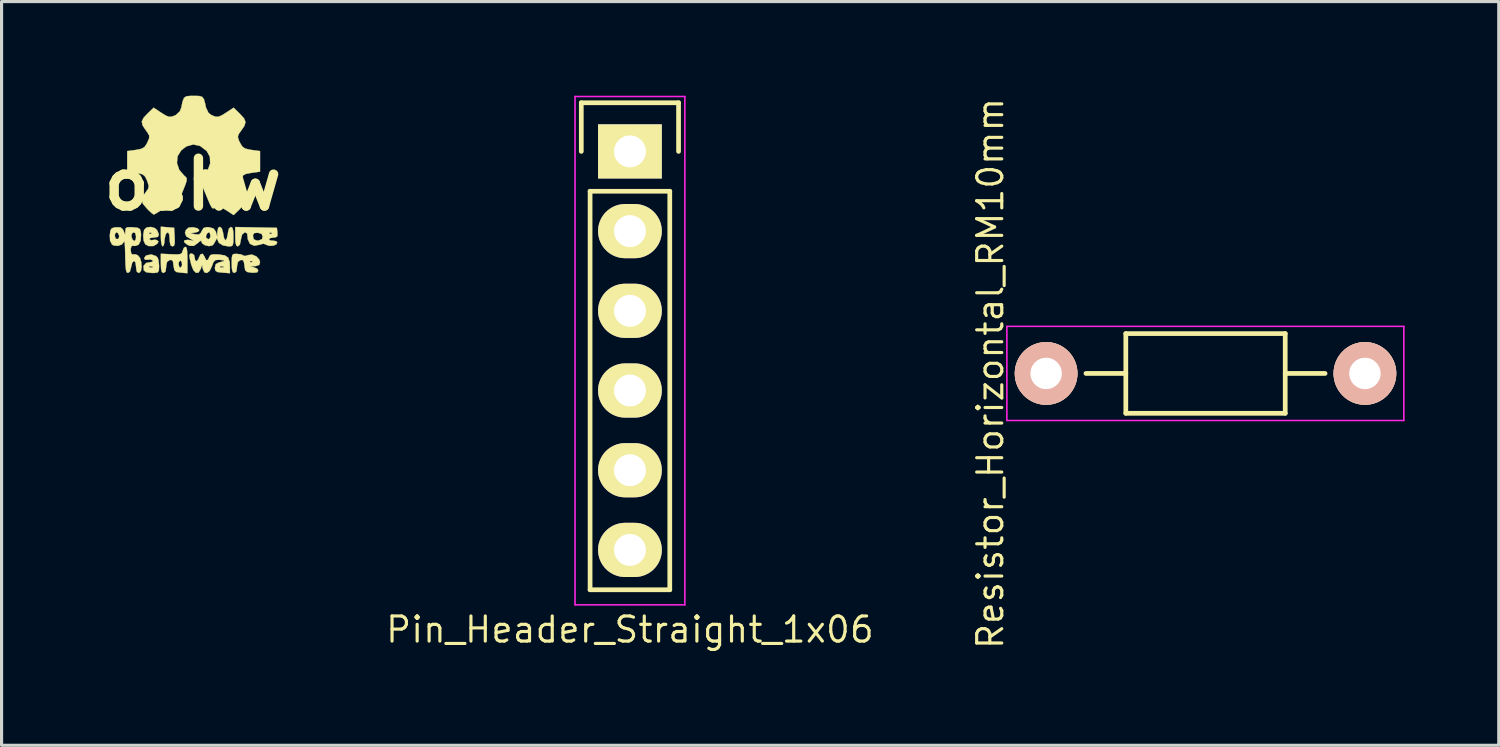
<source format=kicad_pcb>
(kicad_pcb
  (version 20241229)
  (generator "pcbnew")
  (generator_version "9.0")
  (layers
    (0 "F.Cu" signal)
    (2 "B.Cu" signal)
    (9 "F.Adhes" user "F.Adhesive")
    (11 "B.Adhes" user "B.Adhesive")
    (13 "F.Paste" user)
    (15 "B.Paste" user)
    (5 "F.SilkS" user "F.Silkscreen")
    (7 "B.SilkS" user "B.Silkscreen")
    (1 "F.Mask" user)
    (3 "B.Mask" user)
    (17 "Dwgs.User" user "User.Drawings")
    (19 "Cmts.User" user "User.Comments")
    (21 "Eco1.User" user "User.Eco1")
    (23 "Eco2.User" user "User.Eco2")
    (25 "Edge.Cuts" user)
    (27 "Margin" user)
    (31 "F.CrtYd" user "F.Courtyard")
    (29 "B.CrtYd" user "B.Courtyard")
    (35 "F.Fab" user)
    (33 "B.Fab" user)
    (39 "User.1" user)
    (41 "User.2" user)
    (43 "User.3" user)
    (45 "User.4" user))
  (footprint "Resistor_Horizontal_RM10mm"
    (layer "F.Cu")
    (at 35.368 8.851)
    (property "Reference" "Resistor_Horizontal_RM10mm" (at -6.858 0 90) (layer "F.SilkS") (effects (font (size 0.8 0.8) (thickness 0.1))))
    (attr through_hole)
    (fp_line (start -2.54 -1.27) (end 2.54 -1.27) (stroke (width 0.15) (type solid)) (layer "F.SilkS"))
    (fp_line (start -2.54 0) (end -3.81 0) (stroke (width 0.15) (type solid)) (layer "F.SilkS"))
    (fp_line (start -2.54 1.27) (end -2.54 -1.27) (stroke (width 0.15) (type solid)) (layer "F.SilkS"))
    (fp_line (start 2.54 -1.27) (end 2.54 1.27) (stroke (width 0.15) (type solid)) (layer "F.SilkS"))
    (fp_line (start 2.54 0) (end 3.81 0) (stroke (width 0.15) (type solid)) (layer "F.SilkS"))
    (fp_line (start 2.54 1.27) (end -2.54 1.27) (stroke (width 0.15) (type solid)) (layer "F.SilkS"))
    (fp_line (start -6.33 -1.5) (end 6.32 -1.5) (stroke (width 0.05) (type solid)) (layer "F.CrtYd"))
    (fp_line (start -6.33 1.5) (end -6.33 -1.5) (stroke (width 0.05) (type solid)) (layer "F.CrtYd"))
    (fp_line (start -6.33 1.5) (end 6.32 1.5) (stroke (width 0.05) (type solid)) (layer "F.CrtYd"))
    (fp_line (start 6.32 -1.5) (end 6.32 1.5) (stroke (width 0.05) (type solid)) (layer "F.CrtYd"))
    (pad "1" thru_hole circle (at -5.08 0) (size 1.999 1.999) (drill 1.001) (layers "*.Cu" "*.SilkS" "*.Mask"))
    (pad "2" thru_hole circle (at 5.08 0) (size 1.999 1.999) (drill 1.001) (layers "*.Cu" "*.SilkS" "*.Mask")))
  (footprint "Pin_Header_Straight_1x06"
    (layer "F.Cu")
    (at 17.025 1.775)
    (property "Reference" "Pin_Header_Straight_1x06" (at 0 15.24 0) (layer "F.SilkS") (effects (font (size 0.8 0.8) (thickness 0.1))))
    (attr through_hole)
    (fp_line (start -1.55 -1.55) (end 1.55 -1.55) (stroke (width 0.15) (type solid)) (layer "F.SilkS"))
    (fp_line (start -1.55 0) (end -1.55 -1.55) (stroke (width 0.15) (type solid)) (layer "F.SilkS"))
    (fp_line (start -1.27 13.97) (end -1.27 1.27) (stroke (width 0.15) (type solid)) (layer "F.SilkS"))
    (fp_line (start 1.27 1.27) (end -1.27 1.27) (stroke (width 0.15) (type solid)) (layer "F.SilkS"))
    (fp_line (start 1.27 1.27) (end 1.27 13.97) (stroke (width 0.15) (type solid)) (layer "F.SilkS"))
    (fp_line (start 1.27 13.97) (end -1.27 13.97) (stroke (width 0.15) (type solid)) (layer "F.SilkS"))
    (fp_line (start 1.55 -1.55) (end 1.55 0) (stroke (width 0.15) (type solid)) (layer "F.SilkS"))
    (fp_line (start -1.75 -1.75) (end -1.75 14.45) (stroke (width 0.05) (type solid)) (layer "F.CrtYd"))
    (fp_line (start -1.75 -1.75) (end 1.75 -1.75) (stroke (width 0.05) (type solid)) (layer "F.CrtYd"))
    (fp_line (start -1.75 14.45) (end 1.75 14.45) (stroke (width 0.05) (type solid)) (layer "F.CrtYd"))
    (fp_line (start 1.75 -1.75) (end 1.75 14.45) (stroke (width 0.05) (type solid)) (layer "F.CrtYd"))
    (pad "1" thru_hole rect (at 0 0) (size 2.032 1.727) (drill 1.016) (layers "*.Cu" "*.Mask" "F.SilkS"))
    (pad "2" thru_hole oval (at 0 2.54) (size 2.032 1.727) (drill 1.016) (layers "*.Cu" "*.Mask" "F.SilkS"))
    (pad "3" thru_hole oval (at 0 5.08) (size 2.032 1.727) (drill 1.016) (layers "*.Cu" "*.Mask" "F.SilkS"))
    (pad "4" thru_hole oval (at 0 7.62) (size 2.032 1.727) (drill 1.016) (layers "*.Cu" "*.Mask" "F.SilkS"))
    (pad "5" thru_hole oval (at 0 10.16) (size 2.032 1.727) (drill 1.016) (layers "*.Cu" "*.Mask" "F.SilkS"))
    (pad "6" thru_hole oval (at 0 12.7) (size 2.032 1.727) (drill 1.016) (layers "*.Cu" "*.Mask" "F.SilkS")))
  (footprint "oshw"
    (layer "F.Cu")
    (at 3.092 2.827)
    (property "Reference" "oshw" (at 0 0 0) (layer "F.SilkS") (effects (font (size 1.524 1.524) (thickness 0.3))))
    (attr through_hole)
    (fp_poly (pts (xy -0.804 1.365) (xy -0.593 1.383) (xy -0.576 1.679) (xy -0.572 1.857) (xy -0.591 1.948) (xy -0.64 1.975) (xy -0.646 1.976) (xy -0.706 1.942) (xy -0.732 1.826) (xy -0.734 1.75) (xy -0.749 1.596) (xy -0.788 1.527) (xy -0.839 1.554) (xy -0.869 1.613) (xy -0.896 1.741) (xy -0.903 1.839) (xy -0.923 1.943) (xy -0.96 1.976) (xy -0.99 1.924) (xy -1.011 1.793) (xy -1.016 1.662) (xy -1.016 1.348) (xy -0.804 1.365)) (stroke (width 0.01) (type solid)) (fill yes) (layer "F.SilkS"))
    (fp_poly (pts (xy -1.172 2.283) (xy -1.116 2.338) (xy -1.088 2.431) (xy -1.074 2.582) (xy -1.073 2.611) (xy -1.079 2.746) (xy -1.118 2.806) (xy -1.223 2.822) (xy -1.3 2.822) (xy -1.481 2.8) (xy -1.56 2.738) (xy -1.567 2.619) (xy -1.396 2.619) (xy -1.379 2.644) (xy -1.322 2.648) (xy -1.262 2.635) (xy -1.288 2.614) (xy -1.376 2.608) (xy -1.396 2.619) (xy -1.567 2.619) (xy -1.568 2.596) (xy -1.485 2.504) (xy -1.381 2.484) (xy -1.282 2.465) (xy -1.271 2.425) (xy -1.348 2.391) (xy -1.411 2.399) (xy -1.518 2.401) (xy -1.55 2.347) (xy -1.493 2.273) (xy -1.473 2.261) (xy -1.319 2.232) (xy -1.172 2.283)) (stroke (width 0.01) (type solid)) (fill yes) (layer "F.SilkS"))
    (fp_poly (pts (xy -1.208 1.391) (xy -1.131 1.464) (xy -1.078 1.601) (xy -1.111 1.672) (xy -1.238 1.693) (xy -1.245 1.693) (xy -1.359 1.709) (xy -1.383 1.749) (xy -1.382 1.751) (xy -1.313 1.782) (xy -1.292 1.774) (xy -1.196 1.762) (xy -1.148 1.774) (xy -1.091 1.817) (xy -1.129 1.892) (xy -1.253 1.963) (xy -1.405 1.965) (xy -1.513 1.908) (xy -1.565 1.793) (xy -1.579 1.625) (xy -1.565 1.543) (xy -1.392 1.543) (xy -1.385 1.576) (xy -1.355 1.58) (xy -1.308 1.56) (xy -1.317 1.543) (xy -1.384 1.536) (xy -1.392 1.543) (xy -1.565 1.543) (xy -1.551 1.458) (xy -1.546 1.444) (xy -1.467 1.372) (xy -1.339 1.355) (xy -1.208 1.391)) (stroke (width 0.01) (type solid)) (fill yes) (layer "F.SilkS"))
    (fp_poly (pts (xy -0.202 2.009) (xy -0.18 2.107) (xy -0.17 2.297) (xy -0.169 2.398) (xy -0.169 2.829) (xy -0.381 2.812) (xy -0.521 2.791) (xy -0.584 2.736) (xy -0.608 2.613) (xy -0.61 2.588) (xy -0.617 2.54) (xy -0.452 2.54) (xy -0.428 2.632) (xy -0.395 2.653) (xy -0.349 2.606) (xy -0.339 2.54) (xy -0.362 2.448) (xy -0.395 2.427) (xy -0.441 2.474) (xy -0.452 2.54) (xy -0.617 2.54) (xy -0.631 2.454) (xy -0.676 2.406) (xy -0.737 2.412) (xy -0.818 2.468) (xy -0.846 2.597) (xy -0.847 2.631) (xy -0.866 2.775) (xy -0.928 2.822) (xy -0.931 2.822) (xy -0.983 2.794) (xy -1.009 2.695) (xy -1.016 2.516) (xy -1.016 2.21) (xy -0.68 2.226) (xy -0.491 2.231) (xy -0.388 2.217) (xy -0.341 2.178) (xy -0.327 2.127) (xy -0.283 2.023) (xy -0.24 1.989) (xy -0.202 2.009)) (stroke (width 0.01) (type solid)) (fill yes) (layer "F.SilkS"))
    (fp_poly (pts (xy 1.413 2.214) (xy 1.544 2.231) (xy 1.614 2.267) (xy 1.68 2.281) (xy 1.757 2.254) (xy 1.893 2.237) (xy 2.031 2.296) (xy 2.126 2.405) (xy 2.145 2.485) (xy 2.118 2.566) (xy 2.017 2.601) (xy 1.961 2.605) (xy 1.846 2.612) (xy 1.839 2.621) (xy 1.933 2.637) (xy 2.05 2.682) (xy 2.088 2.745) (xy 2.057 2.801) (xy 1.947 2.815) (xy 1.877 2.812) (xy 1.737 2.791) (xy 1.673 2.736) (xy 1.65 2.613) (xy 1.648 2.588) (xy 1.627 2.454) (xy 1.62 2.446) (xy 1.825 2.446) (xy 1.833 2.479) (xy 1.863 2.484) (xy 1.909 2.463) (xy 1.9 2.446) (xy 1.833 2.439) (xy 1.825 2.446) (xy 1.62 2.446) (xy 1.582 2.406) (xy 1.521 2.412) (xy 1.44 2.468) (xy 1.412 2.597) (xy 1.411 2.631) (xy 1.391 2.775) (xy 1.329 2.822) (xy 1.326 2.822) (xy 1.275 2.794) (xy 1.249 2.695) (xy 1.242 2.516) (xy 1.245 2.34) (xy 1.263 2.249) (xy 1.314 2.216) (xy 1.411 2.214) (xy 1.413 2.214)) (stroke (width 0.01) (type solid)) (fill yes) (layer "F.SilkS"))
    (fp_poly (pts (xy 2.018 1.371) (xy 2.681 1.383) (xy 2.699 1.538) (xy 2.697 1.651) (xy 2.634 1.69) (xy 2.572 1.693) (xy 2.464 1.712) (xy 2.427 1.749) (xy 2.474 1.788) (xy 2.548 1.791) (xy 2.654 1.808) (xy 2.693 1.846) (xy 2.669 1.908) (xy 2.575 1.949) (xy 2.456 1.959) (xy 2.356 1.93) (xy 2.348 1.924) (xy 2.252 1.888) (xy 2.13 1.923) (xy 1.957 1.955) (xy 1.824 1.893) (xy 1.755 1.749) (xy 1.75 1.687) (xy 1.743 1.63) (xy 1.919 1.63) (xy 1.942 1.745) (xy 2.029 1.786) (xy 2.106 1.786) (xy 2.208 1.742) (xy 2.23 1.665) (xy 2.195 1.575) (xy 2.084 1.543) (xy 2.446 1.543) (xy 2.454 1.576) (xy 2.484 1.58) (xy 2.53 1.56) (xy 2.521 1.543) (xy 2.454 1.536) (xy 2.446 1.543) (xy 2.084 1.543) (xy 2.077 1.541) (xy 2.074 1.54) (xy 1.957 1.551) (xy 1.919 1.619) (xy 1.919 1.63) (xy 1.743 1.63) (xy 1.735 1.566) (xy 1.679 1.531) (xy 1.651 1.534) (xy 1.574 1.595) (xy 1.536 1.747) (xy 1.535 1.764) (xy 1.501 1.922) (xy 1.436 1.976) (xy 1.436 1.976) (xy 1.386 1.944) (xy 1.361 1.836) (xy 1.355 1.667) (xy 1.355 1.358) (xy 2.018 1.371)) (stroke (width 0.01) (type solid)) (fill yes) (layer "F.SilkS"))
    (fp_poly (pts (xy 0.041 2.248) (xy 0.056 2.311) (xy 0.08 2.425) (xy 0.133 2.446) (xy 0.186 2.366) (xy 0.193 2.342) (xy 0.248 2.227) (xy 0.317 2.211) (xy 0.374 2.297) (xy 0.379 2.314) (xy 0.429 2.414) (xy 0.485 2.404) (xy 0.523 2.32) (xy 0.558 2.256) (xy 0.641 2.229) (xy 0.801 2.23) (xy 0.82 2.232) (xy 1.019 2.261) (xy 1.13 2.333) (xy 1.177 2.472) (xy 1.184 2.614) (xy 1.185 2.829) (xy 0.945 2.811) (xy 0.794 2.793) (xy 0.724 2.753) (xy 0.706 2.671) (xy 0.706 2.653) (xy 0.714 2.619) (xy 0.862 2.619) (xy 0.879 2.644) (xy 0.936 2.648) (xy 0.996 2.635) (xy 0.97 2.614) (xy 0.882 2.608) (xy 0.862 2.619) (xy 0.714 2.619) (xy 0.732 2.544) (xy 0.831 2.488) (xy 0.875 2.477) (xy 0.992 2.445) (xy 1 2.423) (xy 0.898 2.408) (xy 0.831 2.403) (xy 0.724 2.412) (xy 0.659 2.477) (xy 0.611 2.608) (xy 0.54 2.756) (xy 0.452 2.823) (xy 0.372 2.803) (xy 0.322 2.695) (xy 0.297 2.568) (xy 0.255 2.695) (xy 0.187 2.808) (xy 0.104 2.818) (xy 0.021 2.733) (xy -0.045 2.567) (xy -0.093 2.372) (xy -0.108 2.262) (xy -0.087 2.213) (xy -0.029 2.201) (xy -0.028 2.201) (xy 0.041 2.248)) (stroke (width 0.01) (type solid)) (fill yes) (layer "F.SilkS"))
    (fp_poly (pts (xy 0.927 1.404) (xy 0.967 1.537) (xy 0.97 1.566) (xy 0.995 1.702) (xy 1.034 1.775) (xy 1.044 1.778) (xy 1.085 1.728) (xy 1.114 1.604) (xy 1.118 1.566) (xy 1.152 1.409) (xy 1.217 1.355) (xy 1.217 1.355) (xy 1.267 1.386) (xy 1.292 1.493) (xy 1.298 1.665) (xy 1.295 1.843) (xy 1.275 1.935) (xy 1.228 1.97) (xy 1.153 1.976) (xy 0.968 1.945) (xy 0.836 1.865) (xy 0.787 1.762) (xy 0.776 1.71) (xy 0.744 1.762) (xy 0.734 1.786) (xy 0.669 1.9) (xy 0.622 1.947) (xy 0.514 1.967) (xy 0.39 1.939) (xy 0.3 1.877) (xy 0.282 1.833) (xy 0.265 1.791) (xy 0.2 1.833) (xy 0.169 1.863) (xy 0.036 1.959) (xy -0.097 1.956) (xy -0.183 1.915) (xy -0.275 1.836) (xy -0.263 1.781) (xy -0.159 1.766) (xy -0.099 1.774) (xy 0.016 1.792) (xy 0.027 1.785) (xy -0.055 1.747) (xy -0.198 1.659) (xy 0.421 1.659) (xy 0.437 1.716) (xy 0.515 1.748) (xy 0.56 1.683) (xy 0.564 1.637) (xy 0.543 1.545) (xy 0.514 1.524) (xy 0.452 1.569) (xy 0.421 1.659) (xy -0.198 1.659) (xy -0.205 1.654) (xy -0.248 1.544) (xy -0.218 1.453) (xy -0.13 1.375) (xy 0.014 1.365) (xy 0.153 1.4) (xy 0.208 1.455) (xy 0.172 1.508) (xy 0.074 1.535) (xy -0.085 1.554) (xy 0.075 1.588) (xy 0.198 1.597) (xy 0.265 1.534) (xy 0.286 1.485) (xy 0.346 1.389) (xy 0.449 1.361) (xy 0.52 1.365) (xy 0.662 1.404) (xy 0.733 1.5) (xy 0.74 1.524) (xy 0.779 1.665) (xy 0.785 1.51) (xy 0.812 1.383) (xy 0.868 1.35) (xy 0.927 1.404)) (stroke (width 0.01) (type solid)) (fill yes) (layer "F.SilkS"))
    (fp_poly (pts (xy -1.905 1.366) (xy -1.754 1.383) (xy -1.682 1.425) (xy -1.654 1.523) (xy -1.647 1.598) (xy -1.66 1.796) (xy -1.727 1.923) (xy -1.839 1.962) (xy -1.873 1.957) (xy -1.947 1.96) (xy -1.974 2.039) (xy -1.976 2.097) (xy -1.96 2.205) (xy -1.922 2.231) (xy -1.92 2.23) (xy -1.832 2.227) (xy -1.751 2.257) (xy -1.681 2.34) (xy -1.64 2.476) (xy -1.628 2.626) (xy -1.649 2.753) (xy -1.704 2.819) (xy -1.722 2.822) (xy -1.783 2.78) (xy -1.806 2.646) (xy -1.806 2.62) (xy -1.827 2.48) (xy -1.875 2.439) (xy -1.928 2.492) (xy -1.964 2.638) (xy -1.965 2.643) (xy -2.002 2.777) (xy -2.064 2.822) (xy -2.103 2.8) (xy -2.128 2.72) (xy -2.143 2.567) (xy -2.151 2.321) (xy -2.151 2.272) (xy -2.157 2.051) (xy -2.165 1.893) (xy -2.176 1.816) (xy -2.184 1.82) (xy -2.258 1.914) (xy -2.389 1.959) (xy -2.525 1.944) (xy -2.572 1.916) (xy -2.635 1.794) (xy -2.641 1.637) (xy -2.484 1.637) (xy -2.455 1.735) (xy -2.387 1.74) (xy -2.356 1.716) (xy -2.347 1.666) (xy -1.954 1.666) (xy -1.916 1.763) (xy -1.857 1.806) (xy -1.819 1.758) (xy -1.806 1.665) (xy -1.831 1.553) (xy -1.889 1.525) (xy -1.944 1.575) (xy -1.954 1.666) (xy -2.347 1.666) (xy -2.343 1.64) (xy -2.382 1.554) (xy -2.433 1.524) (xy -2.474 1.571) (xy -2.484 1.637) (xy -2.641 1.637) (xy -2.642 1.614) (xy -2.623 1.465) (xy -2.577 1.396) (xy -2.477 1.369) (xy -2.441 1.365) (xy -2.302 1.369) (xy -2.227 1.432) (xy -2.204 1.478) (xy -2.152 1.609) (xy -2.148 1.478) (xy -2.135 1.397) (xy -2.078 1.364) (xy -1.948 1.363) (xy -1.905 1.366)) (stroke (width 0.01) (type solid)) (fill yes) (layer "F.SilkS"))
    (fp_poly (pts (xy 0.198 -2.819) (xy 0.298 -2.793) (xy 0.356 -2.719) (xy 0.397 -2.573) (xy 0.422 -2.449) (xy 0.503 -2.28) (xy 0.598 -2.209) (xy 0.722 -2.16) (xy 0.819 -2.156) (xy 0.931 -2.204) (xy 1.076 -2.295) (xy 1.303 -2.445) (xy 1.498 -2.256) (xy 1.634 -2.107) (xy 1.682 -1.989) (xy 1.647 -1.865) (xy 1.55 -1.724) (xy 1.462 -1.6) (xy 1.438 -1.511) (xy 1.47 -1.405) (xy 1.502 -1.337) (xy 1.575 -1.212) (xy 1.665 -1.145) (xy 1.815 -1.108) (xy 1.871 -1.099) (xy 2.145 -1.062) (xy 2.145 -0.406) (xy 1.87 -0.368) (xy 1.699 -0.337) (xy 1.602 -0.285) (xy 1.539 -0.186) (xy 1.511 -0.119) (xy 1.463 0.024) (xy 1.468 0.12) (xy 1.534 0.224) (xy 1.56 0.258) (xy 1.662 0.413) (xy 1.679 0.54) (xy 1.607 0.672) (xy 1.498 0.788) (xy 1.303 0.977) (xy 1.074 0.826) (xy 0.916 0.735) (xy 0.809 0.71) (xy 0.736 0.732) (xy 0.682 0.761) (xy 0.641 0.765) (xy 0.602 0.729) (xy 0.552 0.637) (xy 0.48 0.47) (xy 0.393 0.261) (xy 0.305 0.045) (xy 0.257 -0.092) (xy 0.246 -0.174) (xy 0.268 -0.226) (xy 0.321 -0.273) (xy 0.324 -0.276) (xy 0.48 -0.457) (xy 0.556 -0.669) (xy 0.546 -0.882) (xy 0.446 -1.065) (xy 0.446 -1.065) (xy 0.237 -1.224) (xy 0.018 -1.273) (xy -0.202 -1.212) (xy -0.365 -1.087) (xy -0.482 -0.899) (xy -0.503 -0.683) (xy -0.432 -0.468) (xy -0.273 -0.28) (xy -0.267 -0.276) (xy -0.213 -0.228) (xy -0.189 -0.177) (xy -0.199 -0.096) (xy -0.246 0.037) (xy -0.332 0.249) (xy -0.337 0.261) (xy -0.437 0.502) (xy -0.504 0.655) (xy -0.552 0.738) (xy -0.591 0.767) (xy -0.633 0.757) (xy -0.681 0.732) (xy -0.775 0.708) (xy -0.889 0.747) (xy -1.001 0.816) (xy -1.134 0.903) (xy -1.226 0.954) (xy -1.244 0.96) (xy -1.299 0.923) (xy -1.401 0.829) (xy -1.456 0.773) (xy -1.586 0.619) (xy -1.627 0.495) (xy -1.582 0.366) (xy -1.504 0.258) (xy -1.422 0.143) (xy -1.402 0.05) (xy -1.438 -0.076) (xy -1.455 -0.119) (xy -1.516 -0.248) (xy -1.593 -0.318) (xy -1.725 -0.355) (xy -1.813 -0.368) (xy -2.088 -0.406) (xy -2.088 -1.062) (xy -1.815 -1.099) (xy -1.641 -1.133) (xy -1.539 -1.189) (xy -1.466 -1.296) (xy -1.446 -1.337) (xy -1.39 -1.468) (xy -1.387 -1.558) (xy -1.445 -1.659) (xy -1.494 -1.724) (xy -1.6 -1.883) (xy -1.624 -2.005) (xy -1.565 -2.125) (xy -1.442 -2.256) (xy -1.246 -2.445) (xy -1.019 -2.295) (xy -0.86 -2.195) (xy -0.752 -2.154) (xy -0.653 -2.164) (xy -0.542 -2.209) (xy -0.412 -2.327) (xy -0.365 -2.449) (xy -0.323 -2.647) (xy -0.278 -2.758) (xy -0.205 -2.808) (xy -0.078 -2.822) (xy 0.028 -2.822) (xy 0.198 -2.819)) (stroke (width 0.01) (type solid)) (fill yes) (layer "F.SilkS")))
  (gr_rect
    (start -3 -3)
    (end 44.713 20.702)
    (stroke (width 0.1) (type default))
    (fill no)
    (layer "Edge.Cuts")))
</source>
